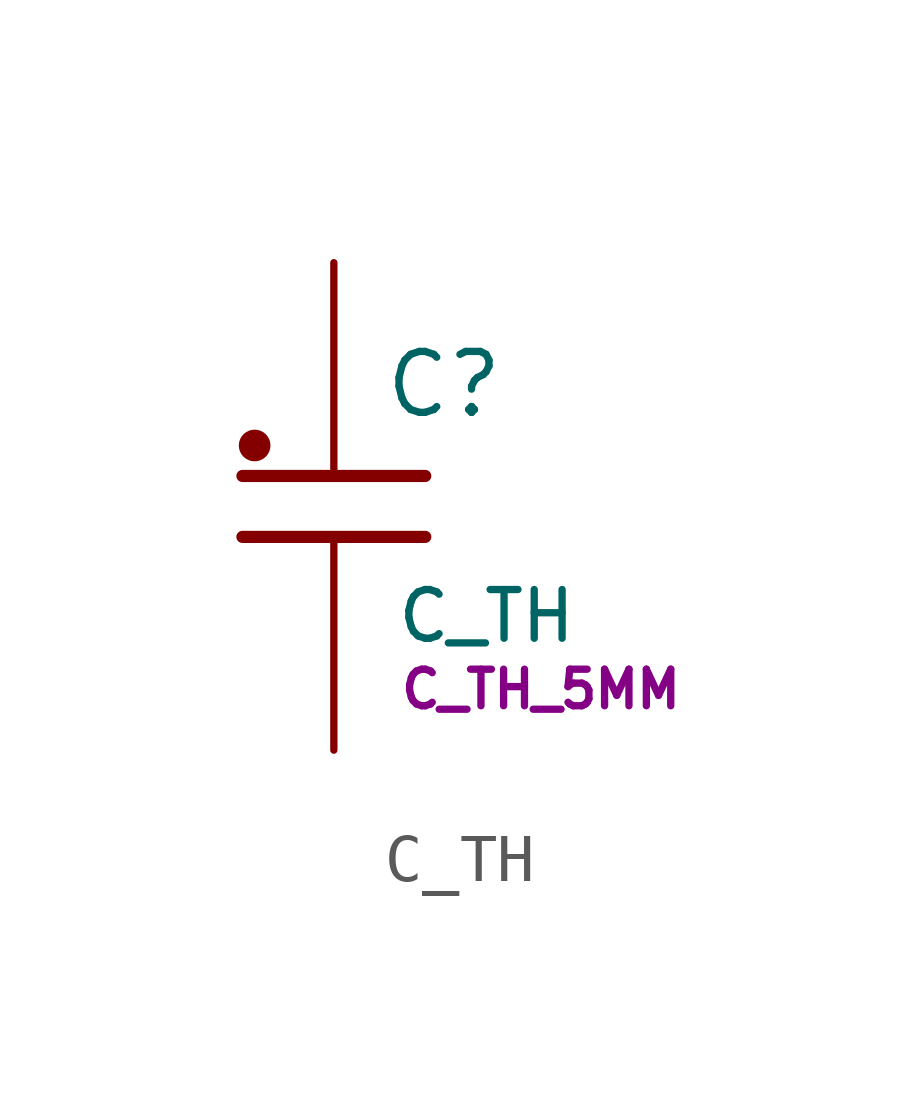
<source format=kicad_sym>
(kicad_symbol_lib
  (version 20211014)
  (generator kicad_symbol_editor)
  (symbol "C_TH"
    (pin_numbers hide)
    (pin_names
      (offset 0.254))
    (property "Reference" "C"
      (at 1.016 2.54 0)
      (effects (font (size 1.27 1.27)) (justify left)))
    (property "Value" "C_TH"
      (at 1.27 -2.286 0)
      (effects (font (size 1.016 1.016)) (justify left)))
    (property "Footprint" "C_TH_5MM"
      (at 4.318 -3.81 0)
      (effects (font (size 0.762 0.762))))
    (property "Datasheet" ""
      (at 0 0 0)
      (effects (font (size 1.524 1.524))))
    (symbol "C_TH_0_1"
      (circle (center -1.651 1.27) (radius 0.254) (stroke (width 0) (type default) (color 0 0 0 0)) (fill (type outline)))
      (polyline (pts (xy -1.905 -0.635) (xy 1.905 -0.635)) (stroke (width 0.254) (type default) (color 0 0 0 0)) (fill (type none)))
      (polyline (pts (xy -1.905 0.635) (xy 1.905 0.635)) (stroke (width 0.254) (type default) (color 0 0 0 0)) (fill (type none))))
    (symbol "C_TH_1_1"
      (pin passive line (at 0 5.08 270) (length 4.318) (name "~" (effects (font (size 1.016 1.016)))) (number "1" (effects (font (size 1.016 1.016)))))
      (pin passive line (at 0 -5.08 90) (length 4.318) (name "~" (effects (font (size 1.016 1.016)))) (number "2" (effects (font (size 1.016 1.016))))))))
</source>
